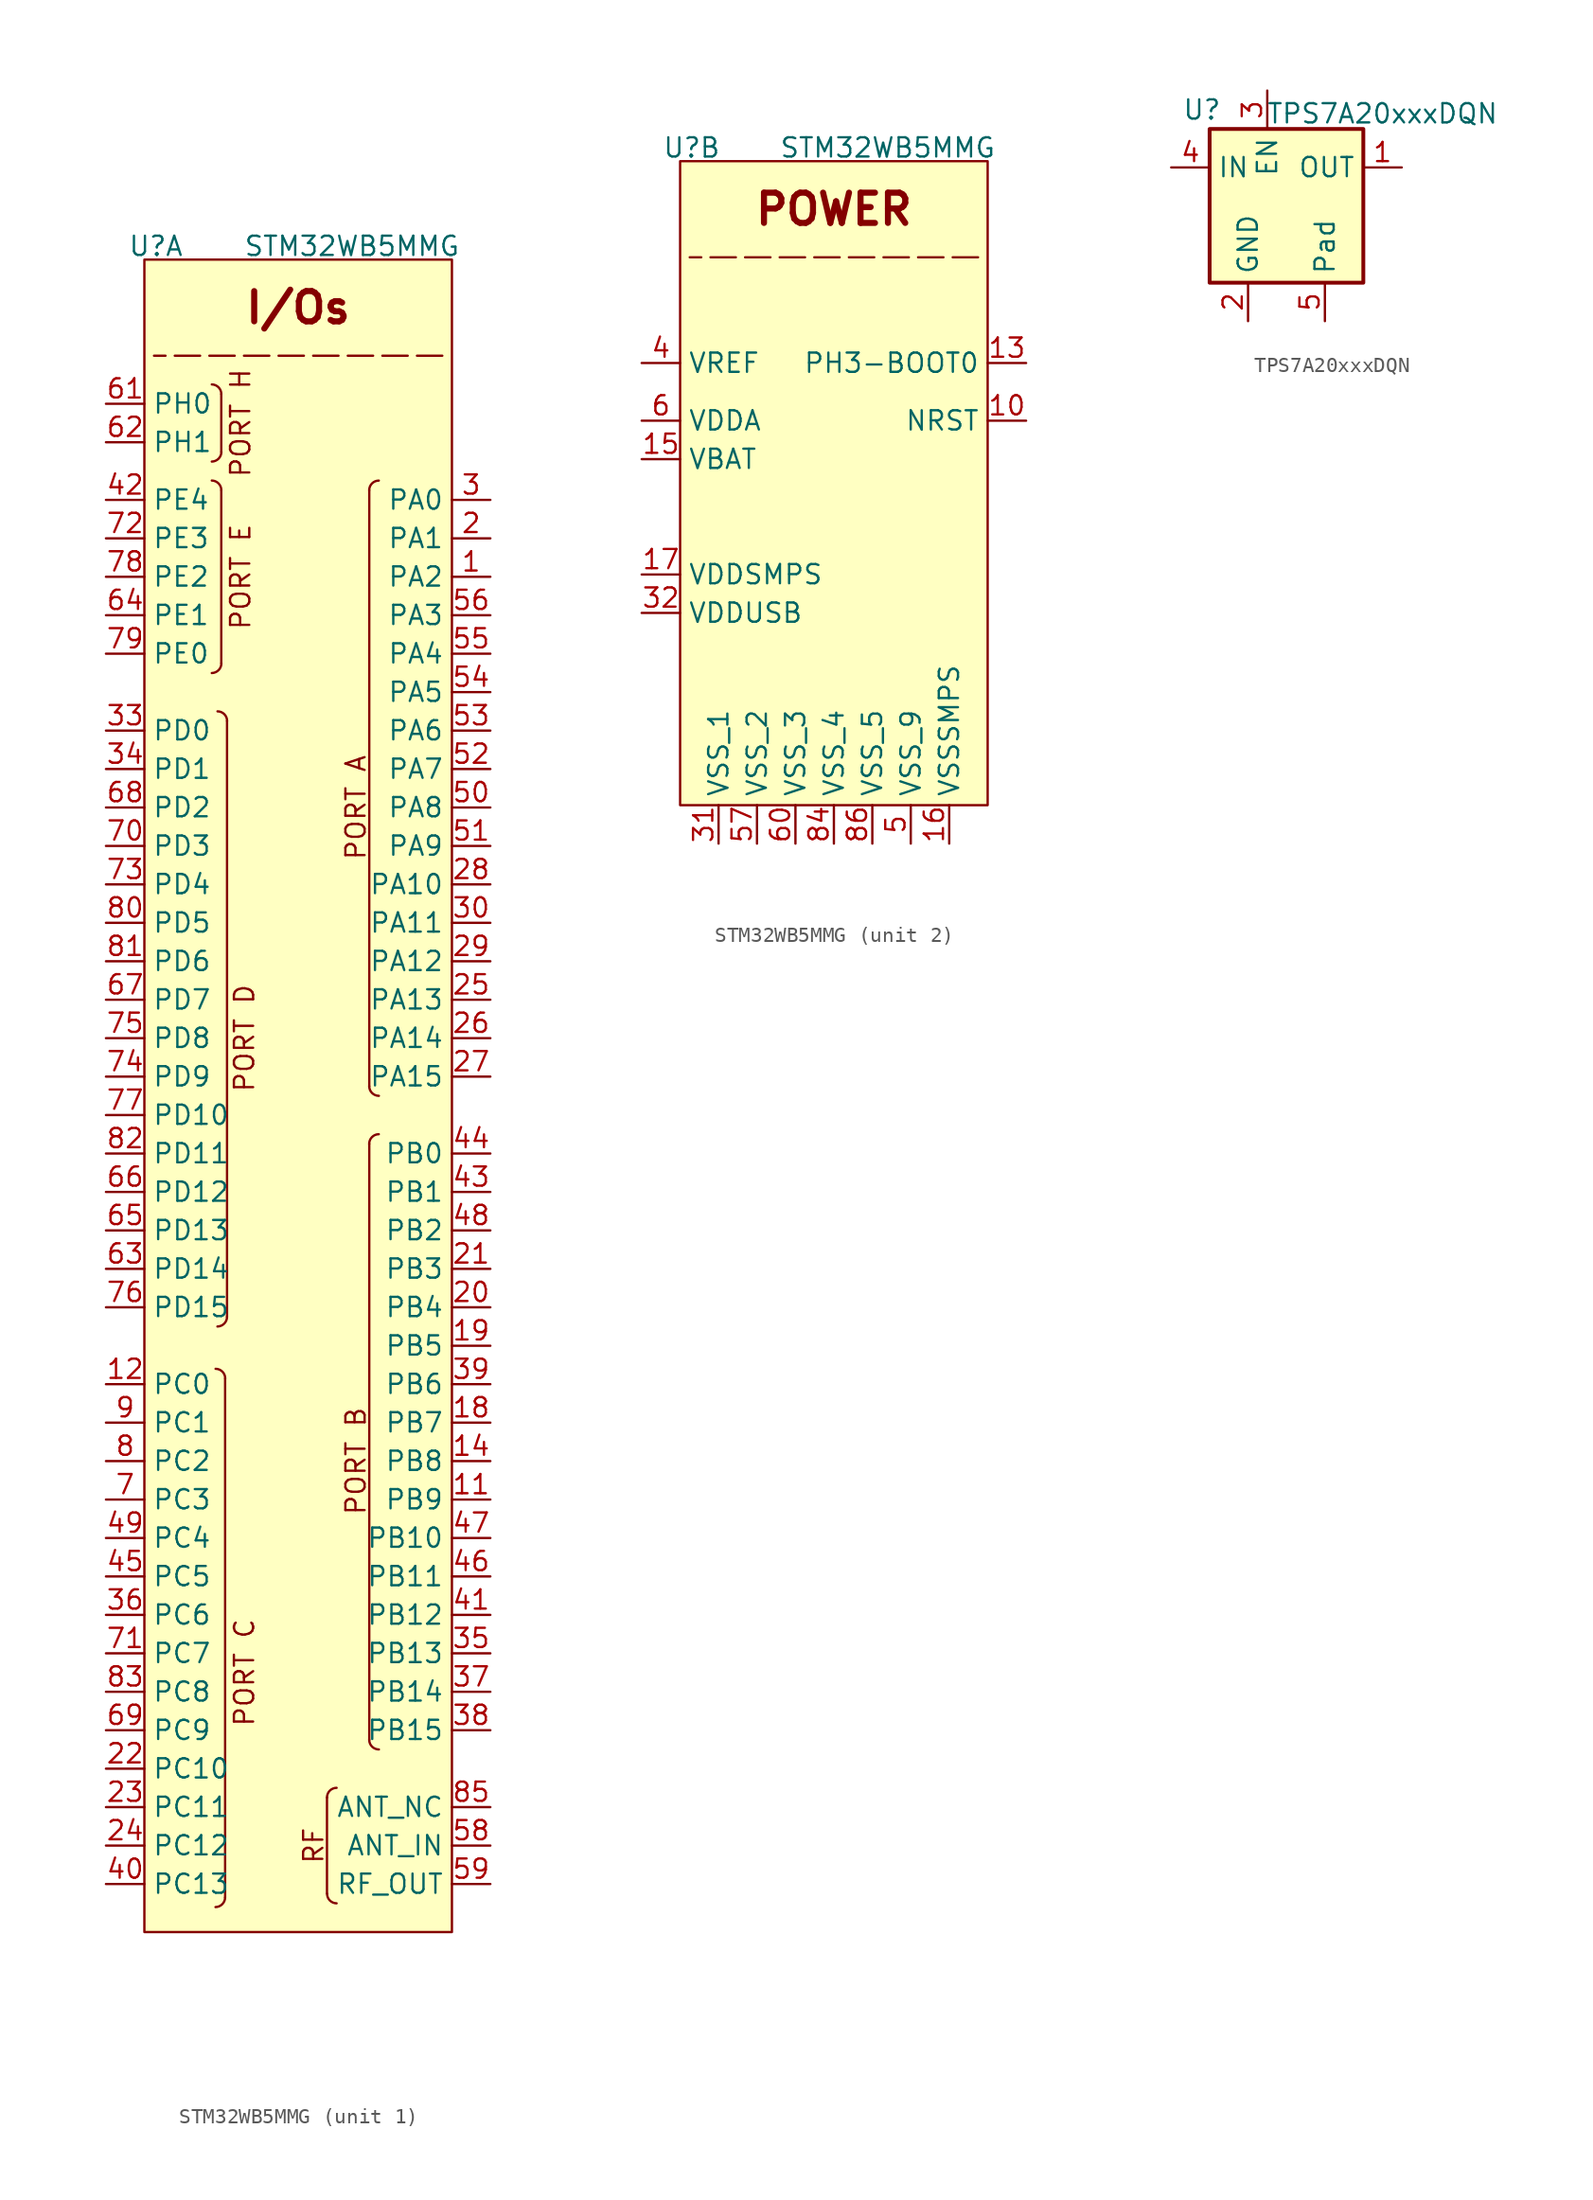
<source format=kicad_sym>
(kicad_symbol_lib
  (version 20241209)
  (generator "kicad_symbol_editor")
  (generator_version "9.0")
  (symbol "STM32WB5MMG"
    (property "Reference" "U"
      (at -9.398 54.864 0)
      (effects (font (size 1.27 1.27))))
    (property "Value" "STM32WB5MMG"
      (at 3.556 54.864 0)
      (effects (font (size 1.27 1.27))))
    (symbol "STM32WB5MMG_1_1"
      (rectangle (start -10.16 53.975) (end 10.16 -56.515) (stroke (width 0) (type default)) (fill (type background)))
      (arc (start -5.7065 45.7285) (mid -5.2607 45.5408) (end -5.0715 45.0935) (stroke (width 0) (type default)) (fill (type none)))
      (arc (start -5.0715 41.2665) (mid -5.2592 40.8207) (end -5.7065 40.6315) (stroke (width 0) (type default)) (fill (type none)))
      (arc (start -5.7065 39.3785) (mid -5.2607 39.1908) (end -5.0715 38.7435) (stroke (width 0) (type default)) (fill (type none)))
      (arc (start -5.0715 27.2965) (mid -5.2592 26.8507) (end -5.7065 26.6615) (stroke (width 0) (type default)) (fill (type none)))
      (arc (start -4.826 -54.229) (mid -5.0137 -54.6748) (end -5.461 -54.864) (stroke (width 0) (type solid)) (fill (type none)))
      (arc (start -5.456 -19.304) (mid -5.007 -19.49) (end -4.821 -19.939) (stroke (width 0) (type solid)) (fill (type none)))
      (arc (start -4.699 -15.875) (mid -4.8867 -16.3208) (end -5.334 -16.51) (stroke (width 0) (type default)) (fill (type none)))
      (arc (start -5.329 24.13) (mid -4.88 23.944) (end -4.694 23.495) (stroke (width 0) (type default)) (fill (type none)))
      (polyline (pts (xy -5.08 41.275) (xy -5.08 45.085)) (stroke (width 0) (type default)) (fill (type none)))
      (polyline (pts (xy -5.08 38.735) (xy -5.08 27.305)) (stroke (width 0) (type default)) (fill (type none)))
      (polyline (pts (xy -4.826 -19.939) (xy -4.826 -54.229)) (stroke (width 0) (type solid)) (fill (type none)))
      (polyline (pts (xy -4.699 23.495) (xy -4.699 -15.875)) (stroke (width 0) (type default)) (fill (type none)))
      (polyline (pts (xy 1.905 -53.975) (xy 1.905 -47.625)) (stroke (width 0) (type solid)) (fill (type none)))
      (arc (start 1.905 -47.625) (mid 2.091 -47.176) (end 2.54 -46.99) (stroke (width 0) (type solid)) (fill (type none)))
      (arc (start 2.54 -54.615) (mid 2.091 -54.429) (end 1.905 -53.98) (stroke (width 0) (type solid)) (fill (type none)))
      (polyline (pts (xy 4.699 38.735) (xy 4.699 -0.635)) (stroke (width 0) (type default)) (fill (type none)))
      (polyline (pts (xy 4.699 -4.445) (xy 4.699 -43.815)) (stroke (width 0) (type default)) (fill (type none)))
      (arc (start 4.694 38.735) (mid 4.88 39.184) (end 5.329 39.37) (stroke (width 0) (type default)) (fill (type none)))
      (arc (start 4.694 -4.445) (mid 4.88 -3.996) (end 5.329 -3.81) (stroke (width 0) (type default)) (fill (type none)))
      (arc (start 5.334 -1.27) (mid 4.885 -1.084) (end 4.699 -0.635) (stroke (width 0) (type default)) (fill (type none)))
      (arc (start 5.334 -44.45) (mid 4.885 -44.264) (end 4.699 -43.815) (stroke (width 0) (type default)) (fill (type none)))
      (polyline (pts (xy 9.525 47.625) (xy -9.525 47.625)) (stroke (width 0) (type dash)) (fill (type none)))
      (text "PORT H" (at -3.81 43.18 900) (effects (font (size 1.27 1.27))))
      (text "PORT E" (at -3.81 33.02 900) (effects (font (size 1.27 1.27))))
      (text "PORT D" (at -3.556 2.54 900) (effects (font (size 1.27 1.27))))
      (text "PORT C" (at -3.556 -39.37 900) (effects (font (size 1.27 1.27))))
      (text "I/Os" (at 0 50.8 0) (effects (font (size 2 2) (bold yes))))
      (text "RF" (at 1.016 -50.8 900) (effects (font (size 1.27 1.27))))
      (text "PORT A" (at 3.81 17.78 900) (effects (font (size 1.27 1.27))))
      (text "PORT B" (at 3.81 -25.4 900) (effects (font (size 1.27 1.27))))
      (pin bidirectional line (at -12.7 44.45 0) (length 2.54) (name "PH0" (effects (font (size 1.27 1.27)))) (number "61" (effects (font (size 1.27 1.27)))))
      (pin bidirectional line (at -12.7 41.91 0) (length 2.54) (name "PH1" (effects (font (size 1.27 1.27)))) (number "62" (effects (font (size 1.27 1.27)))))
      (pin bidirectional line (at -12.7 38.1 0) (length 2.54) (name "PE4" (effects (font (size 1.27 1.27)))) (number "42" (effects (font (size 1.27 1.27)))))
      (pin bidirectional line (at -12.7 35.56 0) (length 2.54) (name "PE3" (effects (font (size 1.27 1.27)))) (number "72" (effects (font (size 1.27 1.27)))))
      (pin bidirectional line (at -12.7 33.02 0) (length 2.54) (name "PE2" (effects (font (size 1.27 1.27)))) (number "78" (effects (font (size 1.27 1.27)))))
      (pin bidirectional line (at -12.7 30.48 0) (length 2.54) (name "PE1" (effects (font (size 1.27 1.27)))) (number "64" (effects (font (size 1.27 1.27)))))
      (pin bidirectional line (at -12.7 27.94 0) (length 2.54) (name "PE0" (effects (font (size 1.27 1.27)))) (number "79" (effects (font (size 1.27 1.27)))))
      (pin bidirectional line (at -12.7 22.86 0) (length 2.54) (name "PD0" (effects (font (size 1.27 1.27)))) (number "33" (effects (font (size 1.27 1.27)))))
      (pin bidirectional line (at -12.7 20.32 0) (length 2.54) (name "PD1" (effects (font (size 1.27 1.27)))) (number "34" (effects (font (size 1.27 1.27)))))
      (pin bidirectional line (at -12.7 17.78 0) (length 2.54) (name "PD2" (effects (font (size 1.27 1.27)))) (number "68" (effects (font (size 1.27 1.27)))))
      (pin bidirectional line (at -12.7 15.24 0) (length 2.54) (name "PD3" (effects (font (size 1.27 1.27)))) (number "70" (effects (font (size 1.27 1.27)))))
      (pin bidirectional line (at -12.7 12.7 0) (length 2.54) (name "PD4" (effects (font (size 1.27 1.27)))) (number "73" (effects (font (size 1.27 1.27)))))
      (pin bidirectional line (at -12.7 10.16 0) (length 2.54) (name "PD5" (effects (font (size 1.27 1.27)))) (number "80" (effects (font (size 1.27 1.27)))))
      (pin bidirectional line (at -12.7 7.62 0) (length 2.54) (name "PD6" (effects (font (size 1.27 1.27)))) (number "81" (effects (font (size 1.27 1.27)))))
      (pin bidirectional line (at -12.7 5.08 0) (length 2.54) (name "PD7" (effects (font (size 1.27 1.27)))) (number "67" (effects (font (size 1.27 1.27)))))
      (pin bidirectional line (at -12.7 2.54 0) (length 2.54) (name "PD8" (effects (font (size 1.27 1.27)))) (number "75" (effects (font (size 1.27 1.27)))))
      (pin bidirectional line (at -12.7 0 0) (length 2.54) (name "PD9" (effects (font (size 1.27 1.27)))) (number "74" (effects (font (size 1.27 1.27)))))
      (pin bidirectional line (at -12.7 -2.54 0) (length 2.54) (name "PD10" (effects (font (size 1.27 1.27)))) (number "77" (effects (font (size 1.27 1.27)))))
      (pin bidirectional line (at -12.7 -5.08 0) (length 2.54) (name "PD11" (effects (font (size 1.27 1.27)))) (number "82" (effects (font (size 1.27 1.27)))))
      (pin bidirectional line (at -12.7 -7.62 0) (length 2.54) (name "PD12" (effects (font (size 1.27 1.27)))) (number "66" (effects (font (size 1.27 1.27)))))
      (pin bidirectional line (at -12.7 -10.16 0) (length 2.54) (name "PD13" (effects (font (size 1.27 1.27)))) (number "65" (effects (font (size 1.27 1.27)))))
      (pin bidirectional line (at -12.7 -12.7 0) (length 2.54) (name "PD14" (effects (font (size 1.27 1.27)))) (number "63" (effects (font (size 1.27 1.27)))))
      (pin bidirectional line (at -12.7 -15.24 0) (length 2.54) (name "PD15" (effects (font (size 1.27 1.27)))) (number "76" (effects (font (size 1.27 1.27)))))
      (pin bidirectional line (at -12.7 -20.32 0) (length 2.54) (name "PC0" (effects (font (size 1.27 1.27)))) (number "12" (effects (font (size 1.27 1.27)))))
      (pin bidirectional line (at -12.7 -22.86 0) (length 2.54) (name "PC1" (effects (font (size 1.27 1.27)))) (number "9" (effects (font (size 1.27 1.27)))))
      (pin bidirectional line (at -12.7 -25.4 0) (length 2.54) (name "PC2" (effects (font (size 1.27 1.27)))) (number "8" (effects (font (size 1.27 1.27)))))
      (pin bidirectional line (at -12.7 -27.94 0) (length 2.54) (name "PC3" (effects (font (size 1.27 1.27)))) (number "7" (effects (font (size 1.27 1.27)))))
      (pin bidirectional line (at -12.7 -30.48 0) (length 2.54) (name "PC4" (effects (font (size 1.27 1.27)))) (number "49" (effects (font (size 1.27 1.27)))))
      (pin bidirectional line (at -12.7 -33.02 0) (length 2.54) (name "PC5" (effects (font (size 1.27 1.27)))) (number "45" (effects (font (size 1.27 1.27)))))
      (pin bidirectional line (at -12.7 -35.56 0) (length 2.54) (name "PC6" (effects (font (size 1.27 1.27)))) (number "36" (effects (font (size 1.27 1.27)))))
      (pin bidirectional line (at -12.7 -38.1 0) (length 2.54) (name "PC7" (effects (font (size 1.27 1.27)))) (number "71" (effects (font (size 1.27 1.27)))))
      (pin bidirectional line (at -12.7 -40.64 0) (length 2.54) (name "PC8" (effects (font (size 1.27 1.27)))) (number "83" (effects (font (size 1.27 1.27)))))
      (pin bidirectional line (at -12.7 -43.18 0) (length 2.54) (name "PC9" (effects (font (size 1.27 1.27)))) (number "69" (effects (font (size 1.27 1.27)))))
      (pin bidirectional line (at -12.7 -45.72 0) (length 2.54) (name "PC10" (effects (font (size 1.27 1.27)))) (number "22" (effects (font (size 1.27 1.27)))))
      (pin bidirectional line (at -12.7 -48.26 0) (length 2.54) (name "PC11" (effects (font (size 1.27 1.27)))) (number "23" (effects (font (size 1.27 1.27)))))
      (pin bidirectional line (at -12.7 -50.8 0) (length 2.54) (name "PC12" (effects (font (size 1.27 1.27)))) (number "24" (effects (font (size 1.27 1.27)))))
      (pin bidirectional line (at -12.7 -53.34 0) (length 2.54) (name "PC13" (effects (font (size 1.27 1.27)))) (number "40" (effects (font (size 1.27 1.27)))))
      (pin bidirectional line (at 12.7 38.1 180) (length 2.54) (name "PA0" (effects (font (size 1.27 1.27)))) (number "3" (effects (font (size 1.27 1.27)))))
      (pin bidirectional line (at 12.7 35.56 180) (length 2.54) (name "PA1" (effects (font (size 1.27 1.27)))) (number "2" (effects (font (size 1.27 1.27)))))
      (pin bidirectional line (at 12.7 33.02 180) (length 2.54) (name "PA2" (effects (font (size 1.27 1.27)))) (number "1" (effects (font (size 1.27 1.27)))))
      (pin bidirectional line (at 12.7 30.48 180) (length 2.54) (name "PA3" (effects (font (size 1.27 1.27)))) (number "56" (effects (font (size 1.27 1.27)))))
      (pin bidirectional line (at 12.7 27.94 180) (length 2.54) (name "PA4" (effects (font (size 1.27 1.27)))) (number "55" (effects (font (size 1.27 1.27)))))
      (pin bidirectional line (at 12.7 25.4 180) (length 2.54) (name "PA5" (effects (font (size 1.27 1.27)))) (number "54" (effects (font (size 1.27 1.27)))))
      (pin bidirectional line (at 12.7 22.86 180) (length 2.54) (name "PA6" (effects (font (size 1.27 1.27)))) (number "53" (effects (font (size 1.27 1.27)))))
      (pin bidirectional line (at 12.7 20.32 180) (length 2.54) (name "PA7" (effects (font (size 1.27 1.27)))) (number "52" (effects (font (size 1.27 1.27)))))
      (pin bidirectional line (at 12.7 17.78 180) (length 2.54) (name "PA8" (effects (font (size 1.27 1.27)))) (number "50" (effects (font (size 1.27 1.27)))))
      (pin bidirectional line (at 12.7 15.24 180) (length 2.54) (name "PA9" (effects (font (size 1.27 1.27)))) (number "51" (effects (font (size 1.27 1.27)))))
      (pin bidirectional line (at 12.7 12.7 180) (length 2.54) (name "PA10" (effects (font (size 1.27 1.27)))) (number "28" (effects (font (size 1.27 1.27)))))
      (pin bidirectional line (at 12.7 10.16 180) (length 2.54) (name "PA11" (effects (font (size 1.27 1.27)))) (number "30" (effects (font (size 1.27 1.27)))))
      (pin bidirectional line (at 12.7 7.62 180) (length 2.54) (name "PA12" (effects (font (size 1.27 1.27)))) (number "29" (effects (font (size 1.27 1.27)))))
      (pin bidirectional line (at 12.7 5.08 180) (length 2.54) (name "PA13" (effects (font (size 1.27 1.27)))) (number "25" (effects (font (size 1.27 1.27)))))
      (pin bidirectional line (at 12.7 2.54 180) (length 2.54) (name "PA14" (effects (font (size 1.27 1.27)))) (number "26" (effects (font (size 1.27 1.27)))))
      (pin bidirectional line (at 12.7 0 180) (length 2.54) (name "PA15" (effects (font (size 1.27 1.27)))) (number "27" (effects (font (size 1.27 1.27)))))
      (pin bidirectional line (at 12.7 -5.08 180) (length 2.54) (name "PB0" (effects (font (size 1.27 1.27)))) (number "44" (effects (font (size 1.27 1.27)))))
      (pin bidirectional line (at 12.7 -7.62 180) (length 2.54) (name "PB1" (effects (font (size 1.27 1.27)))) (number "43" (effects (font (size 1.27 1.27)))))
      (pin bidirectional line (at 12.7 -10.16 180) (length 2.54) (name "PB2" (effects (font (size 1.27 1.27)))) (number "48" (effects (font (size 1.27 1.27)))))
      (pin bidirectional line (at 12.7 -12.7 180) (length 2.54) (name "PB3" (effects (font (size 1.27 1.27)))) (number "21" (effects (font (size 1.27 1.27)))))
      (pin bidirectional line (at 12.7 -15.24 180) (length 2.54) (name "PB4" (effects (font (size 1.27 1.27)))) (number "20" (effects (font (size 1.27 1.27)))))
      (pin bidirectional line (at 12.7 -17.78 180) (length 2.54) (name "PB5" (effects (font (size 1.27 1.27)))) (number "19" (effects (font (size 1.27 1.27)))))
      (pin bidirectional line (at 12.7 -20.32 180) (length 2.54) (name "PB6" (effects (font (size 1.27 1.27)))) (number "39" (effects (font (size 1.27 1.27)))))
      (pin bidirectional line (at 12.7 -22.86 180) (length 2.54) (name "PB7" (effects (font (size 1.27 1.27)))) (number "18" (effects (font (size 1.27 1.27)))))
      (pin bidirectional line (at 12.7 -25.4 180) (length 2.54) (name "PB8" (effects (font (size 1.27 1.27)))) (number "14" (effects (font (size 1.27 1.27)))))
      (pin bidirectional line (at 12.7 -27.94 180) (length 2.54) (name "PB9" (effects (font (size 1.27 1.27)))) (number "11" (effects (font (size 1.27 1.27)))))
      (pin bidirectional line (at 12.7 -30.48 180) (length 2.54) (name "PB10" (effects (font (size 1.27 1.27)))) (number "47" (effects (font (size 1.27 1.27)))))
      (pin bidirectional line (at 12.7 -33.02 180) (length 2.54) (name "PB11" (effects (font (size 1.27 1.27)))) (number "46" (effects (font (size 1.27 1.27)))))
      (pin bidirectional line (at 12.7 -35.56 180) (length 2.54) (name "PB12" (effects (font (size 1.27 1.27)))) (number "41" (effects (font (size 1.27 1.27)))))
      (pin bidirectional line (at 12.7 -38.1 180) (length 2.54) (name "PB13" (effects (font (size 1.27 1.27)))) (number "35" (effects (font (size 1.27 1.27)))))
      (pin bidirectional line (at 12.7 -40.64 180) (length 2.54) (name "PB14" (effects (font (size 1.27 1.27)))) (number "37" (effects (font (size 1.27 1.27)))))
      (pin bidirectional line (at 12.7 -43.18 180) (length 2.54) (name "PB15" (effects (font (size 1.27 1.27)))) (number "38" (effects (font (size 1.27 1.27)))))
      (pin passive line (at 12.7 -48.26 180) (length 2.54) (name "ANT_NC" (effects (font (size 1.27 1.27)))) (number "85" (effects (font (size 1.27 1.27)))))
      (pin passive line (at 12.7 -50.8 180) (length 2.54) (name "ANT_IN" (effects (font (size 1.27 1.27)))) (number "58" (effects (font (size 1.27 1.27)))))
      (pin passive line (at 12.7 -53.34 180) (length 2.54) (name "RF_OUT" (effects (font (size 1.27 1.27)))) (number "59" (effects (font (size 1.27 1.27))))))
    (symbol "STM32WB5MMG_2_1"
      (rectangle (start -10.16 53.975) (end 10.16 11.43) (stroke (width 0) (type default)) (fill (type background)))
      (polyline (pts (xy 9.525 47.625) (xy -9.525 47.625)) (stroke (width 0) (type dash)) (fill (type none)))
      (text "POWER" (at 0 50.8 0) (effects (font (size 2 2) (bold yes))))
      (pin input line (at -12.7 40.64 0) (length 2.54) (name "VREF" (effects (font (size 1.27 1.27)))) (number "4" (effects (font (size 1.27 1.27)))))
      (pin power_in line (at -12.7 36.83 0) (length 2.54) (name "VDDA" (effects (font (size 1.27 1.27)))) (number "6" (effects (font (size 1.27 1.27)))))
      (pin power_in line (at -12.7 34.29 0) (length 2.54) (name "VBAT" (effects (font (size 1.27 1.27)))) (number "15" (effects (font (size 1.27 1.27)))))
      (pin power_in line (at -12.7 26.67 0) (length 2.54) (name "VDDSMPS" (effects (font (size 1.27 1.27)))) (number "17" (effects (font (size 1.27 1.27)))))
      (pin power_in line (at -12.7 24.13 0) (length 2.54) (name "VDDUSB" (effects (font (size 1.27 1.27)))) (number "32" (effects (font (size 1.27 1.27)))))
      (pin input line (at -7.62 8.89 90) (length 2.54) (name "VSS_1" (effects (font (size 1.27 1.27)))) (number "31" (effects (font (size 1.27 1.27)))))
      (pin input line (at -5.08 8.89 90) (length 2.54) (name "VSS_2" (effects (font (size 1.27 1.27)))) (number "57" (effects (font (size 1.27 1.27)))))
      (pin input line (at -2.54 8.89 90) (length 2.54) (name "VSS_3" (effects (font (size 1.27 1.27)))) (number "60" (effects (font (size 1.27 1.27)))))
      (pin input line (at 0 8.89 90) (length 2.54) (name "VSS_4" (effects (font (size 1.27 1.27)))) (number "84" (effects (font (size 1.27 1.27)))))
      (pin input line (at 2.54 8.89 90) (length 2.54) (name "VSS_5" (effects (font (size 1.27 1.27)))) (number "86" (effects (font (size 1.27 1.27)))))
      (pin power_in line (at 5.08 8.89 90) (length 2.54) (name "VSS_9" (effects (font (size 1.27 1.27)))) (number "5" (effects (font (size 1.27 1.27)))))
      (pin power_in line (at 7.62 8.89 90) (length 2.54) (name "VSSSMPS" (effects (font (size 1.27 1.27)))) (number "16" (effects (font (size 1.27 1.27)))))
      (pin bidirectional line (at 12.7 40.64 180) (length 2.54) (name "PH3-BOOT0" (effects (font (size 1.27 1.27)))) (number "13" (effects (font (size 1.27 1.27)))))
      (pin input line (at 12.7 36.83 180) (length 2.54) (name "NRST" (effects (font (size 1.27 1.27)))) (number "10" (effects (font (size 1.27 1.27)))))))
  (symbol "TPS7A20xxxDQN"
    (property "Reference" "U"
      (at -5.588 6.35 0)
      (effects (font (size 1.27 1.27))))
    (property "Value" "TPS7A20xxxDQN"
      (at 6.35 6.096 0)
      (effects (font (size 1.27 1.27))))
    (symbol "TPS7A20xxxDQN_0_1"
      (rectangle (start -5.08 5.08) (end 5.08 -5.08) (stroke (width 0.254) (type default)) (fill (type background)))
      (pin power_in line (at -7.62 2.54 0) (length 2.54) (name "IN" (effects (font (size 1.27 1.27)))) (number "4" (effects (font (size 1.27 1.27)))))
      (pin power_in line (at -2.54 -7.62 90) (length 2.54) (name "GND" (effects (font (size 1.27 1.27)))) (number "2" (effects (font (size 1.27 1.27)))))
      (pin input line (at -1.27 7.62 270) (length 2.54) (name "EN" (effects (font (size 1.27 1.27)))) (number "3" (effects (font (size 1.27 1.27)))))
      (pin power_out line (at 7.62 2.54 180) (length 2.54) (name "OUT" (effects (font (size 1.27 1.27)))) (number "1" (effects (font (size 1.27 1.27))))))
    (symbol "TPS7A20xxxDQN_1_1"
      (pin passive line (at 2.54 -7.62 90) (length 2.54) (name "Pad" (effects (font (size 1.27 1.27)))) (number "5" (effects (font (size 1.27 1.27))))))))
</source>
